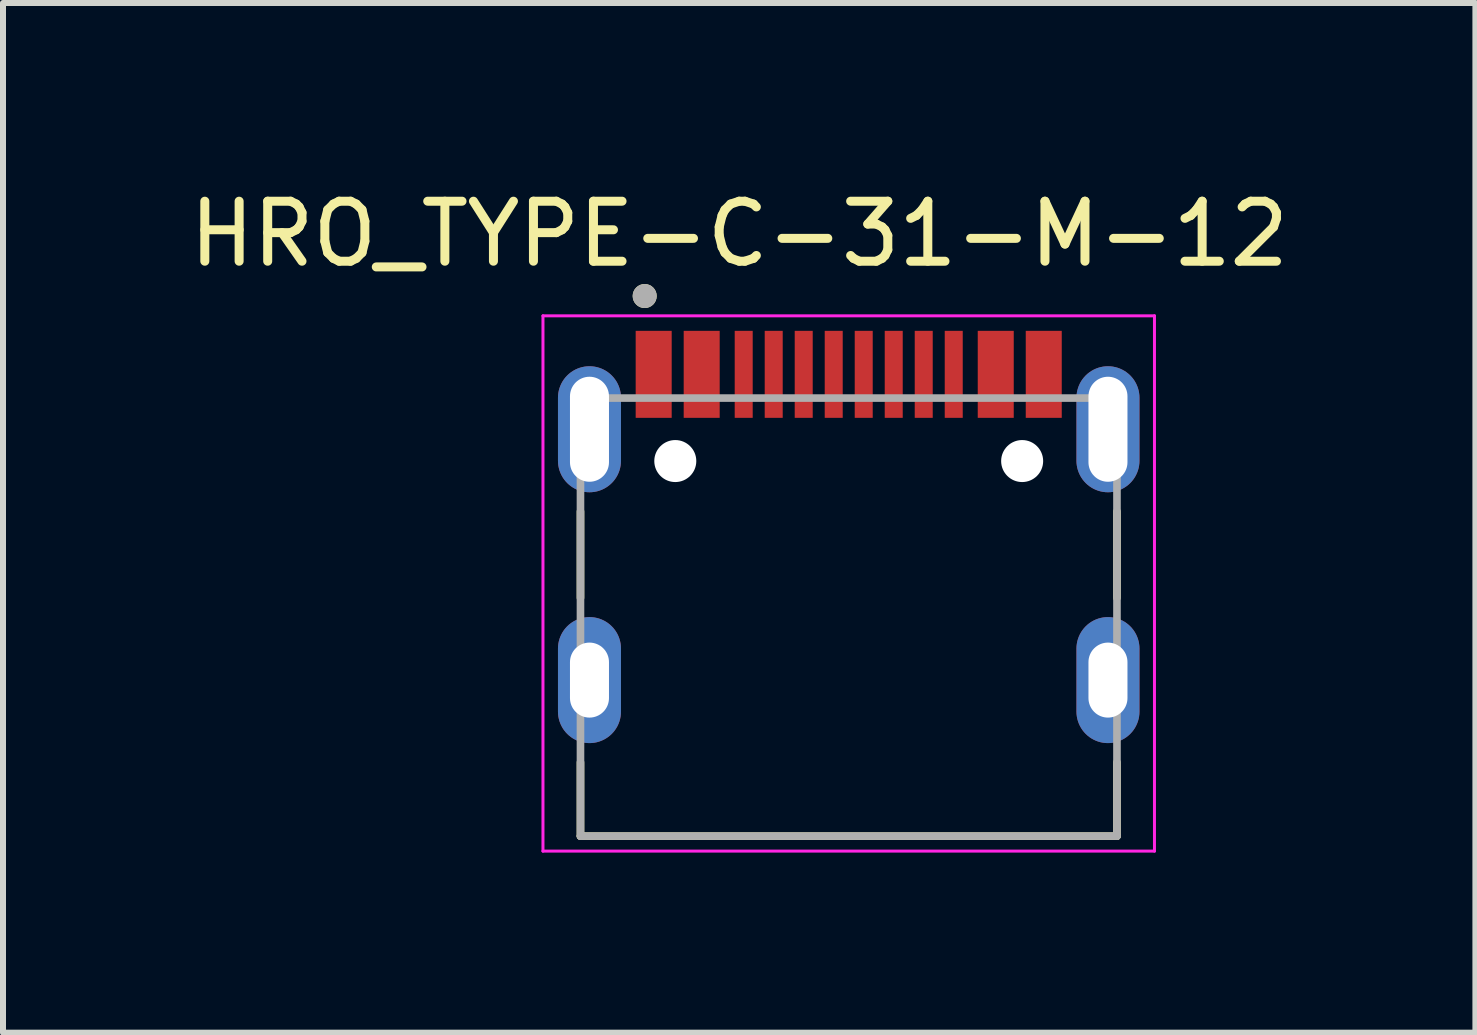
<source format=kicad_pcb>
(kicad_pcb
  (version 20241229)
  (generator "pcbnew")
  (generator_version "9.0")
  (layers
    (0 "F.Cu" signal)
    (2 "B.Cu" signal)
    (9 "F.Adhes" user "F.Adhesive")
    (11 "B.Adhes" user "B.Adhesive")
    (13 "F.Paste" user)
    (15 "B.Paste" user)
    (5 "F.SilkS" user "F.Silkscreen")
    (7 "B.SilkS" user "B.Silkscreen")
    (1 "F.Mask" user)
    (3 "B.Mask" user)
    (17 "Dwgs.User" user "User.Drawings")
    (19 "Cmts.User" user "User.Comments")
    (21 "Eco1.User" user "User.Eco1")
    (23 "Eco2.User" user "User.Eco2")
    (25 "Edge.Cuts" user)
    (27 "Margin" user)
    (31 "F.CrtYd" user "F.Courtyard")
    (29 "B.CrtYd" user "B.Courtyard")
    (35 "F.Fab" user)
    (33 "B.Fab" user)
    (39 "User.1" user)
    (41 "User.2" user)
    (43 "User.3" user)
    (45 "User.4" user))
  (footprint "HRO_TYPE-C-31-M-12"
    (layer "F.Cu")
    (at 11.093 8.283)
    (property "Reference" "HRO_TYPE-C-31-M-12" (at -1.825 -7.435 0) (layer "F.SilkS") (effects (font (size 1 1) (thickness 0.15))))
    (attr through_hole)
    (fp_line (start -4.47 -2.81) (end -4.47 -1.37) (stroke (width 0.127) (type solid)) (layer "F.SilkS"))
    (fp_line (start -4.47 2.6) (end -4.47 1.37) (stroke (width 0.127) (type solid)) (layer "F.SilkS"))
    (fp_line (start 4.47 -2.81) (end 4.47 -1.37) (stroke (width 0.127) (type solid)) (layer "F.SilkS"))
    (fp_line (start 4.47 1.37) (end 4.47 2.6) (stroke (width 0.127) (type solid)) (layer "F.SilkS"))
    (fp_line (start 4.47 2.6) (end -4.47 2.6) (stroke (width 0.127) (type solid)) (layer "F.SilkS"))
    (fp_circle (center -3.4 -6.4) (end -3.3 -6.4) (stroke (width 0.2) (type solid)) (fill no) (layer "F.SilkS"))
    (fp_line (start -5.095 -6.07) (end -5.095 2.85) (stroke (width 0.05) (type solid)) (layer "F.CrtYd"))
    (fp_line (start -5.095 2.85) (end 5.095 2.85) (stroke (width 0.05) (type solid)) (layer "F.CrtYd"))
    (fp_line (start 5.095 -6.07) (end -5.095 -6.07) (stroke (width 0.05) (type solid)) (layer "F.CrtYd"))
    (fp_line (start 5.095 2.85) (end 5.095 -6.07) (stroke (width 0.05) (type solid)) (layer "F.CrtYd"))
    (fp_line (start -4.47 -4.7) (end -4.47 2.6) (stroke (width 0.127) (type solid)) (layer "F.Fab"))
    (fp_line (start -4.47 2.6) (end 4.47 2.6) (stroke (width 0.127) (type solid)) (layer "F.Fab"))
    (fp_line (start 4.47 -4.7) (end -4.47 -4.7) (stroke (width 0.127) (type solid)) (layer "F.Fab"))
    (fp_line (start 4.47 2.6) (end 4.47 -4.7) (stroke (width 0.127) (type solid)) (layer "F.Fab"))
    (fp_circle (center -3.4 -6.4) (end -3.3 -6.4) (stroke (width 0.2) (type solid)) (fill no) (layer "F.Fab"))
    (pad "" np_thru_hole circle (at -2.89 -3.65) (size 0.7 0.7) (drill 0.7) (layers "*.Cu" "*.Mask"))
    (pad "" np_thru_hole circle (at 2.89 -3.65) (size 0.7 0.7) (drill 0.7) (layers "*.Cu" "*.Mask"))
    (pad "A1B12" smd rect (at -3.25 -5.095) (size 0.6 1.45) (layers "F.Cu" "F.Mask" "F.Paste"))
    (pad "A1B12" smd rect (at 3.25 -5.095) (size 0.6 1.45) (layers "F.Cu" "F.Mask" "F.Paste"))
    (pad "A4B9" smd rect (at -2.45 -5.095) (size 0.6 1.45) (layers "F.Cu" "F.Mask" "F.Paste"))
    (pad "A4B9" smd rect (at 2.45 -5.095) (size 0.6 1.45) (layers "F.Cu" "F.Mask" "F.Paste"))
    (pad "A5" smd rect (at -1.25 -5.095) (size 0.3 1.45) (layers "F.Cu" "F.Mask" "F.Paste"))
    (pad "A6" smd rect (at -0.25 -5.095) (size 0.3 1.45) (layers "F.Cu" "F.Mask" "F.Paste"))
    (pad "A7" smd rect (at 0.25 -5.095) (size 0.3 1.45) (layers "F.Cu" "F.Mask" "F.Paste"))
    (pad "A8" smd rect (at 1.25 -5.095) (size 0.3 1.45) (layers "F.Cu" "F.Mask" "F.Paste"))
    (pad "B5" smd rect (at 1.75 -5.095) (size 0.3 1.45) (layers "F.Cu" "F.Mask" "F.Paste"))
    (pad "B6" smd rect (at 0.75 -5.095) (size 0.3 1.45) (layers "F.Cu" "F.Mask" "F.Paste"))
    (pad "B7" smd rect (at -0.75 -5.095) (size 0.3 1.45) (layers "F.Cu" "F.Mask" "F.Paste"))
    (pad "B8" smd rect (at -1.75 -5.095) (size 0.3 1.45) (layers "F.Cu" "F.Mask" "F.Paste"))
    (pad "S1" thru_hole oval (at -4.32 -4.18) (size 1.05 2.1) (drill oval 0.65 1.75) (layers "*.Cu" "*.Mask"))
    (pad "S1" thru_hole oval (at -4.32 0) (size 1.05 2.1) (drill oval 0.65 1.25) (layers "*.Cu" "*.Mask"))
    (pad "S1" thru_hole oval (at 4.32 -4.18) (size 1.05 2.1) (drill oval 0.65 1.75) (layers "*.Cu" "*.Mask"))
    (pad "S1" thru_hole oval (at 4.32 0) (size 1.05 2.1) (drill oval 0.65 1.25) (layers "*.Cu" "*.Mask")))
  (gr_rect
    (start -3 -3)
    (end 21.536 14.158)
    (stroke (width 0.1) (type default))
    (fill no)
    (layer "Edge.Cuts")))
</source>
